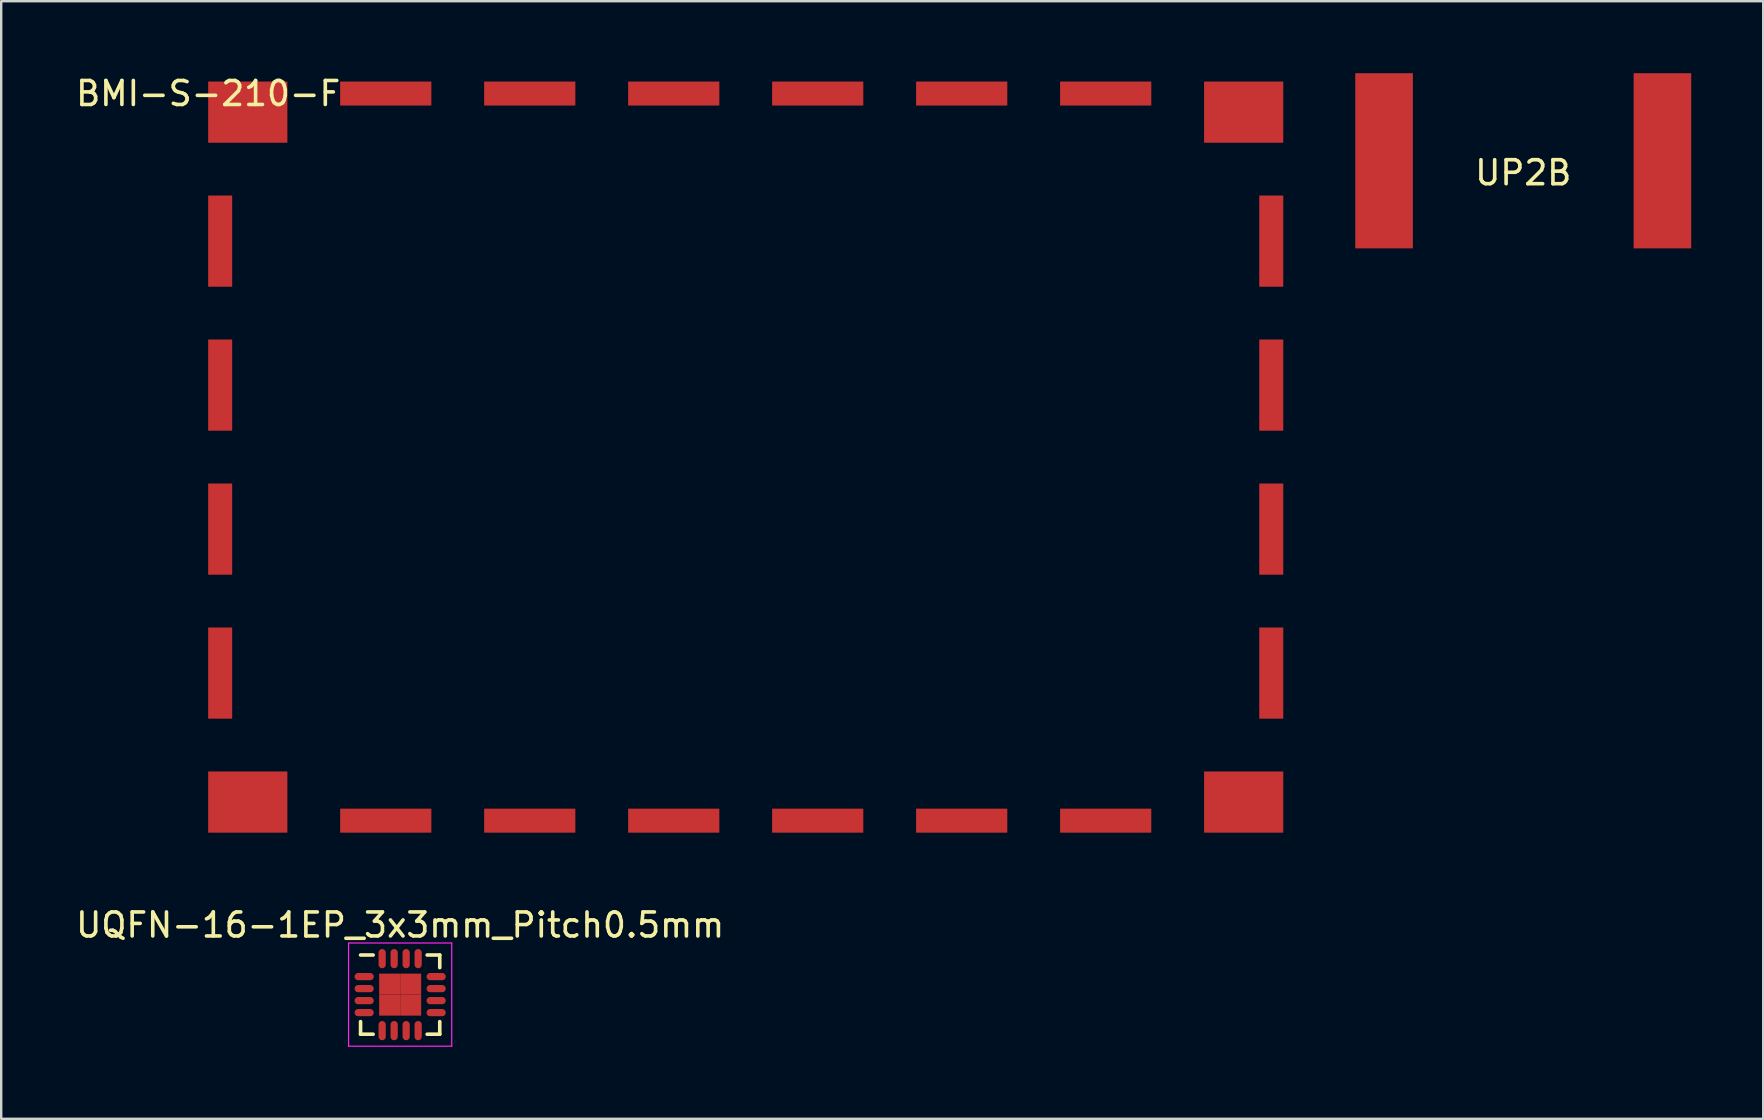
<source format=kicad_pcb>
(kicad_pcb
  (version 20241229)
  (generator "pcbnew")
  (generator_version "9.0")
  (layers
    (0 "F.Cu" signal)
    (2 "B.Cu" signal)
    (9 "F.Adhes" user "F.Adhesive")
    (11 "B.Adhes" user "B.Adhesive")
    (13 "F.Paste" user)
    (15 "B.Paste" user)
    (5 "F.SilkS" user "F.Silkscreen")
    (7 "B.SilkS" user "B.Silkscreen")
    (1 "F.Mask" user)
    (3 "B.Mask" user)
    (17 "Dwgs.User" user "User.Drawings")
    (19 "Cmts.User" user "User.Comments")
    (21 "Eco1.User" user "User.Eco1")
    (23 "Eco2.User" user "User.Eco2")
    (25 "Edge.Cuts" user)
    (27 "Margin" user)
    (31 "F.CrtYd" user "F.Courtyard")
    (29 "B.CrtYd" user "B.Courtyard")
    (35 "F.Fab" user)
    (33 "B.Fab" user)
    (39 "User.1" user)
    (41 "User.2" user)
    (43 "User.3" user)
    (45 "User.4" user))
  (footprint "UQFN-16-1EP_3x3mm_Pitch0.5mm"
    (layer "F.Cu")
    (at 13.625 38.397)
    (property "Reference" "UQFN-16-1EP_3x3mm_Pitch0.5mm" (at 0 -2.9 0) (layer "F.SilkS") (effects (font (size 1 1) (thickness 0.15))))
    (attr smd)
    (fp_line (start -1.65 -1.65) (end -1.125 -1.65) (stroke (width 0.15) (type solid)) (layer "F.SilkS"))
    (fp_line (start -1.65 1.65) (end -1.65 1.125) (stroke (width 0.15) (type solid)) (layer "F.SilkS"))
    (fp_line (start -1.65 1.65) (end -1.125 1.65) (stroke (width 0.15) (type solid)) (layer "F.SilkS"))
    (fp_line (start 1.65 -1.65) (end 1.125 -1.65) (stroke (width 0.15) (type solid)) (layer "F.SilkS"))
    (fp_line (start 1.65 -1.65) (end 1.65 -1.125) (stroke (width 0.15) (type solid)) (layer "F.SilkS"))
    (fp_line (start 1.65 1.65) (end 1.125 1.65) (stroke (width 0.15) (type solid)) (layer "F.SilkS"))
    (fp_line (start 1.65 1.65) (end 1.65 1.125) (stroke (width 0.15) (type solid)) (layer "F.SilkS"))
    (fp_line (start -2.15 -2.15) (end -2.15 2.15) (stroke (width 0.05) (type solid)) (layer "F.CrtYd"))
    (fp_line (start -2.15 -2.15) (end 2.15 -2.15) (stroke (width 0.05) (type solid)) (layer "F.CrtYd"))
    (fp_line (start -2.15 2.15) (end 2.15 2.15) (stroke (width 0.05) (type solid)) (layer "F.CrtYd"))
    (fp_line (start 2.15 -2.15) (end 2.15 2.15) (stroke (width 0.05) (type solid)) (layer "F.CrtYd"))
    (pad "1" smd oval (at -1.5 -0.75) (size 0.8 0.3) (layers "F.Cu" "F.Mask" "F.Paste"))
    (pad "2" smd oval (at -1.5 -0.25) (size 0.8 0.3) (layers "F.Cu" "F.Mask" "F.Paste"))
    (pad "3" smd oval (at -1.5 0.25) (size 0.8 0.3) (layers "F.Cu" "F.Mask" "F.Paste"))
    (pad "4" smd oval (at -1.5 0.75) (size 0.8 0.3) (layers "F.Cu" "F.Mask" "F.Paste"))
    (pad "5" smd oval (at -0.75 1.5 90) (size 0.8 0.3) (layers "F.Cu" "F.Mask" "F.Paste"))
    (pad "6" smd oval (at -0.25 1.5 90) (size 0.8 0.3) (layers "F.Cu" "F.Mask" "F.Paste"))
    (pad "7" smd oval (at 0.25 1.5 90) (size 0.8 0.3) (layers "F.Cu" "F.Mask" "F.Paste"))
    (pad "8" smd oval (at 0.75 1.5 90) (size 0.8 0.3) (layers "F.Cu" "F.Mask" "F.Paste"))
    (pad "9" smd oval (at 1.5 0.75) (size 0.8 0.3) (layers "F.Cu" "F.Mask" "F.Paste"))
    (pad "10" smd oval (at 1.5 0.25) (size 0.8 0.3) (layers "F.Cu" "F.Mask" "F.Paste"))
    (pad "11" smd oval (at 1.5 -0.25) (size 0.8 0.3) (layers "F.Cu" "F.Mask" "F.Paste"))
    (pad "12" smd oval (at 1.5 -0.75) (size 0.8 0.3) (layers "F.Cu" "F.Mask" "F.Paste"))
    (pad "13" smd oval (at 0.75 -1.5 90) (size 0.8 0.3) (layers "F.Cu" "F.Mask" "F.Paste"))
    (pad "14" smd oval (at 0.25 -1.5 90) (size 0.8 0.3) (layers "F.Cu" "F.Mask" "F.Paste"))
    (pad "15" smd oval (at -0.25 -1.5 90) (size 0.8 0.3) (layers "F.Cu" "F.Mask" "F.Paste"))
    (pad "16" smd oval (at -0.75 -1.5 90) (size 0.8 0.3) (layers "F.Cu" "F.Mask" "F.Paste"))
    (pad "EP" smd rect (at -0.438 -0.438) (size 0.875 0.875) (layers "F.Cu" "F.Mask" "F.Paste"))
    (pad "EP" smd rect (at -0.438 0.438) (size 0.875 0.875) (layers "F.Cu" "F.Mask" "F.Paste"))
    (pad "EP" smd rect (at 0.438 -0.438) (size 0.875 0.875) (layers "F.Cu" "F.Mask" "F.Paste"))
    (pad "EP" smd rect (at 0.438 0.438) (size 0.875 0.875) (layers "F.Cu" "F.Mask" "F.Paste")))
  (footprint "BMI-S-210-F"
    (layer "F.Cu")
    (at 5.625 0.348)
    (property "Reference" "BMI-S-210-F" (at 0 0.5 0) (layer "F.SilkS") (effects (font (size 1 1) (thickness 0.15))))
    (attr through_hole)
    (pad "1" smd rect (at 1.65 1.275) (size 3.3 2.55) (layers "F.Cu" "F.Mask" "F.Paste"))
    (pad "2" smd rect (at 43.15 1.275) (size 3.3 2.55) (layers "F.Cu" "F.Mask" "F.Paste"))
    (pad "3" smd rect (at 1.65 30.025) (size 3.3 2.55) (layers "F.Cu" "F.Mask" "F.Paste"))
    (pad "4" smd rect (at 43.15 30.025) (size 3.3 2.55) (layers "F.Cu" "F.Mask" "F.Paste"))
    (pad "5" smd rect (at 7.4 0.5) (size 3.8 1) (layers "F.Cu" "F.Mask" "F.Paste"))
    (pad "6" smd rect (at 13.4 0.5) (size 3.8 1) (layers "F.Cu" "F.Mask" "F.Paste"))
    (pad "7" smd rect (at 19.4 0.5) (size 3.8 1) (layers "F.Cu" "F.Mask" "F.Paste"))
    (pad "8" smd rect (at 25.4 0.5) (size 3.8 1) (layers "F.Cu" "F.Mask" "F.Paste"))
    (pad "9" smd rect (at 31.4 0.5) (size 3.8 1) (layers "F.Cu" "F.Mask" "F.Paste"))
    (pad "10" smd rect (at 37.4 0.5) (size 3.8 1) (layers "F.Cu" "F.Mask" "F.Paste"))
    (pad "11" smd rect (at 7.4 30.8) (size 3.8 1) (layers "F.Cu" "F.Mask" "F.Paste"))
    (pad "12" smd rect (at 13.4 30.8) (size 3.8 1) (layers "F.Cu" "F.Mask" "F.Paste"))
    (pad "13" smd rect (at 19.4 30.8) (size 3.8 1) (layers "F.Cu" "F.Mask" "F.Paste"))
    (pad "14" smd rect (at 25.4 30.8) (size 3.8 1) (layers "F.Cu" "F.Mask" "F.Paste"))
    (pad "15" smd rect (at 31.4 30.8) (size 3.8 1) (layers "F.Cu" "F.Mask" "F.Paste"))
    (pad "16" smd rect (at 37.4 30.8) (size 3.8 1) (layers "F.Cu" "F.Mask" "F.Paste"))
    (pad "17" smd rect (at 0.5 6.65) (size 1 3.8) (layers "F.Cu" "F.Mask" "F.Paste"))
    (pad "18" smd rect (at 0.5 12.65) (size 1 3.8) (layers "F.Cu" "F.Mask" "F.Paste"))
    (pad "19" smd rect (at 0.5 18.65) (size 1 3.8) (layers "F.Cu" "F.Mask" "F.Paste"))
    (pad "20" smd rect (at 0.5 24.65) (size 1 3.8) (layers "F.Cu" "F.Mask" "F.Paste"))
    (pad "21" smd rect (at 44.3 6.65) (size 1 3.8) (layers "F.Cu" "F.Mask" "F.Paste"))
    (pad "22" smd rect (at 44.3 12.65) (size 1 3.8) (layers "F.Cu" "F.Mask" "F.Paste"))
    (pad "23" smd rect (at 44.3 18.65) (size 1 3.8) (layers "F.Cu" "F.Mask" "F.Paste"))
    (pad "24" smd rect (at 44.3 24.65) (size 1 3.8) (layers "F.Cu" "F.Mask" "F.Paste")))
  (footprint "UP2B"
    (layer "F.Cu")
    (at 60.425 3.65)
    (property "Reference" "UP2B" (at 0 0.5 0) (layer "F.SilkS") (effects (font (size 1 1) (thickness 0.15))))
    (attr through_hole)
    (pad "1" smd rect (at -5.8 0) (size 2.4 7.3) (layers "F.Cu" "F.Mask" "F.Paste"))
    (pad "2" smd rect (at 5.8 0) (size 2.4 7.3) (layers "F.Cu" "F.Mask" "F.Paste")))
  (gr_rect
    (start -3 -3)
    (end 70.425 43.572)
    (stroke (width 0.1) (type default))
    (fill no)
    (layer "Edge.Cuts")))
</source>
